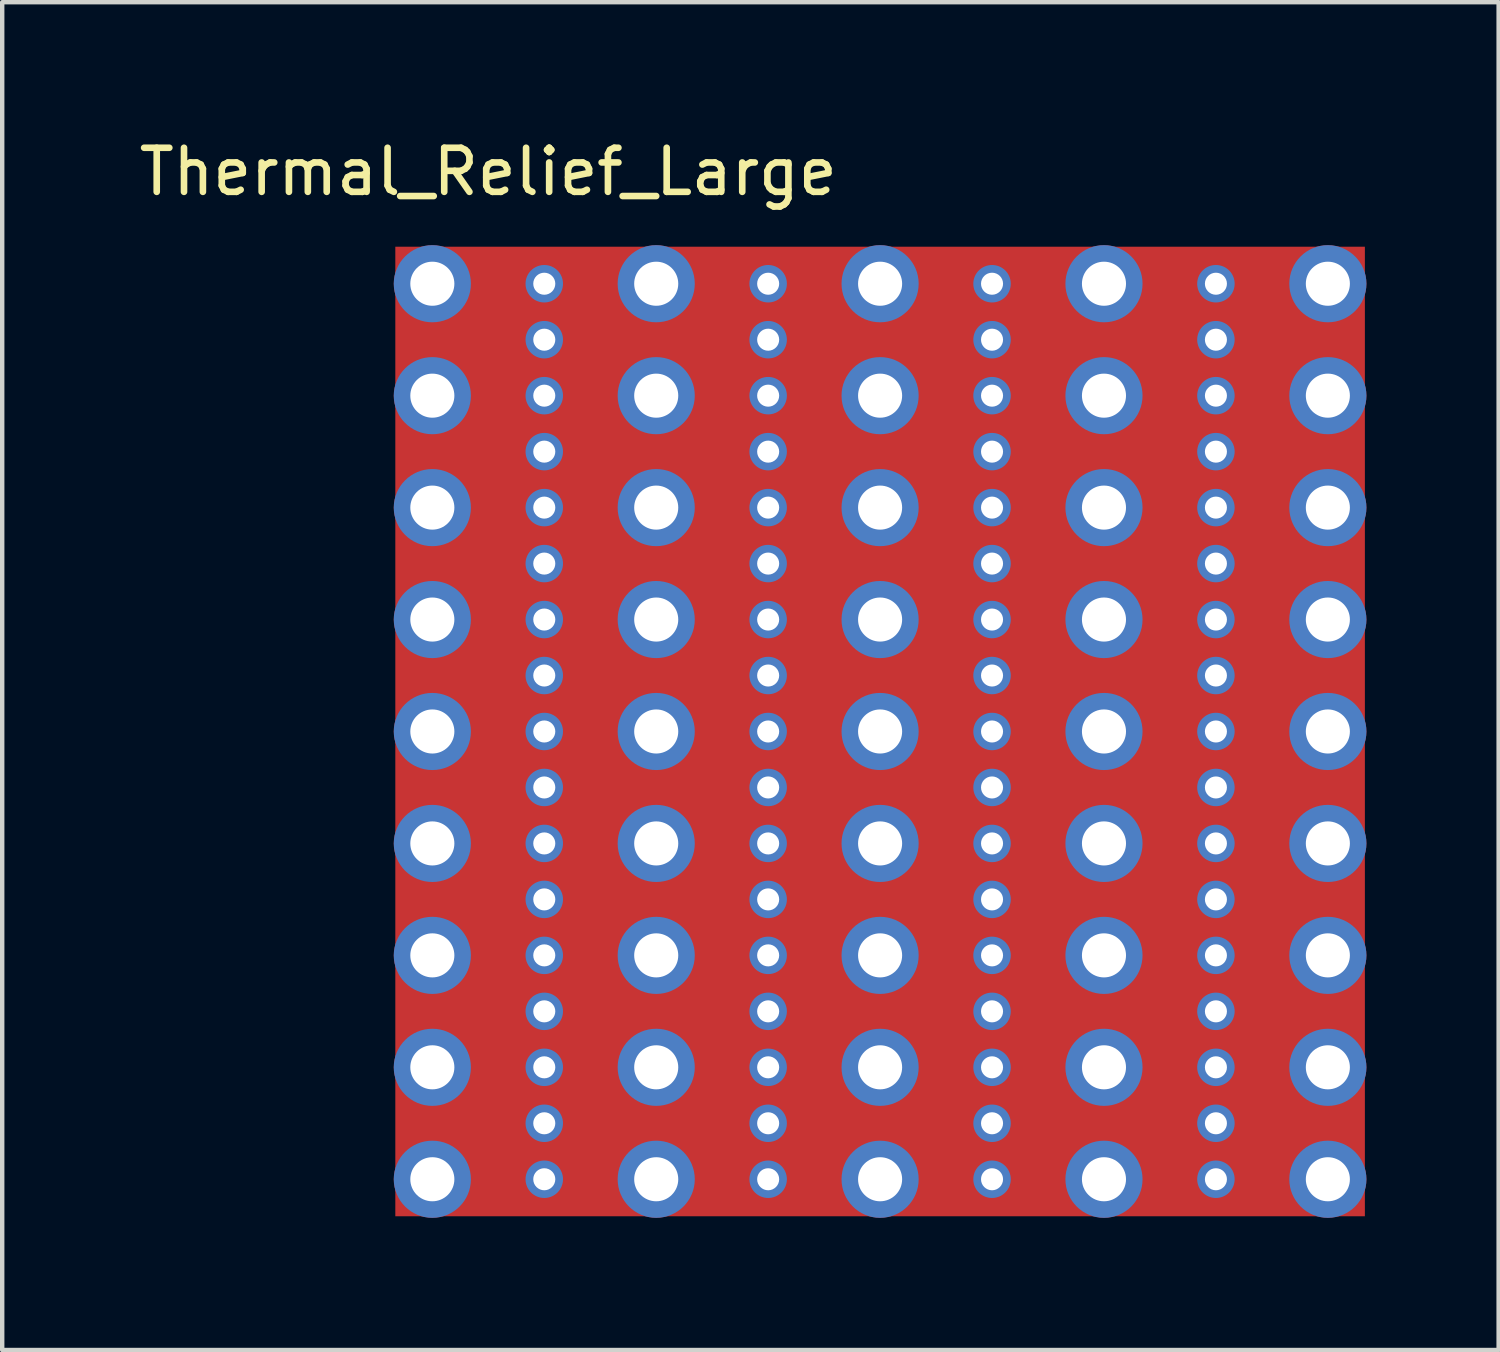
<source format=kicad_pcb>
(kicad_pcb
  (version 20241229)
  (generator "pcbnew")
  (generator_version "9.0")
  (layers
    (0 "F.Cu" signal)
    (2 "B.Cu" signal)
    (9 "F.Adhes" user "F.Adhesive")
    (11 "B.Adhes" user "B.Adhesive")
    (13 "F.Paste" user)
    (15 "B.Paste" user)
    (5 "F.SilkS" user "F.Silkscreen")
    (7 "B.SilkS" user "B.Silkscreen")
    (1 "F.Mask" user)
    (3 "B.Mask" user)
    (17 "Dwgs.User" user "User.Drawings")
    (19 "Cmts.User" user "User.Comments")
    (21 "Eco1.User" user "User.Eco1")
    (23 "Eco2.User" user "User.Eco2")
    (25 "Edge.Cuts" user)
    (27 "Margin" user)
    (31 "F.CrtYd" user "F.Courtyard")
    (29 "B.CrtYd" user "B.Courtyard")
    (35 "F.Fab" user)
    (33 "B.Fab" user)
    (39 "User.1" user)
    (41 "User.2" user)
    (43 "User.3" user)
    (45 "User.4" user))
  (footprint "Thermal_Relief_Large"
    (layer "F.Cu")
    (at 18.19 11.008)
    (property "Reference" "Thermal_Relief_Large" (at -10.16 -10.16 0) (layer "F.SilkS") (effects (font (size 1 1) (thickness 0.15))))
    (attr through_hole)
    (pad "1" thru_hole circle (at -11.43 -7.62) (size 1.75 1.75) (drill 1) (layers "*.Cu" "*.Mask"))
    (pad "1" thru_hole circle (at -11.43 -5.08) (size 1.75 1.75) (drill 1) (layers "*.Cu" "*.Mask"))
    (pad "1" thru_hole circle (at -11.43 -2.54) (size 1.75 1.75) (drill 1) (layers "*.Cu" "*.Mask"))
    (pad "1" thru_hole circle (at -11.43 0) (size 1.75 1.75) (drill 1) (layers "*.Cu" "*.Mask"))
    (pad "1" thru_hole circle (at -11.43 2.54) (size 1.75 1.75) (drill 1) (layers "*.Cu" "*.Mask"))
    (pad "1" thru_hole circle (at -11.43 5.08) (size 1.75 1.75) (drill 1) (layers "*.Cu" "*.Mask"))
    (pad "1" thru_hole circle (at -11.43 7.62) (size 1.75 1.75) (drill 1) (layers "*.Cu" "*.Mask"))
    (pad "1" thru_hole circle (at -11.43 10.16) (size 1.75 1.75) (drill 1) (layers "*.Cu" "*.Mask"))
    (pad "1" thru_hole circle (at -11.43 12.7) (size 1.75 1.75) (drill 1) (layers "*.Cu" "*.Mask"))
    (pad "1" thru_hole circle (at -8.89 -7.62) (size 0.85 0.85) (drill 0.5) (layers "*.Cu" "*.Mask"))
    (pad "1" thru_hole circle (at -8.89 -6.35) (size 0.85 0.85) (drill 0.5) (layers "*.Cu" "*.Mask"))
    (pad "1" thru_hole circle (at -8.89 -5.08) (size 0.85 0.85) (drill 0.5) (layers "*.Cu" "*.Mask"))
    (pad "1" thru_hole circle (at -8.89 -3.81) (size 0.85 0.85) (drill 0.5) (layers "*.Cu" "*.Mask"))
    (pad "1" thru_hole circle (at -8.89 -2.54) (size 0.85 0.85) (drill 0.5) (layers "*.Cu" "*.Mask"))
    (pad "1" thru_hole circle (at -8.89 -1.27) (size 0.85 0.85) (drill 0.5) (layers "*.Cu" "*.Mask"))
    (pad "1" thru_hole circle (at -8.89 0) (size 0.85 0.85) (drill 0.5) (layers "*.Cu" "*.Mask"))
    (pad "1" thru_hole circle (at -8.89 1.27) (size 0.85 0.85) (drill 0.5) (layers "*.Cu" "*.Mask"))
    (pad "1" thru_hole circle (at -8.89 2.54) (size 0.85 0.85) (drill 0.5) (layers "*.Cu" "*.Mask"))
    (pad "1" thru_hole circle (at -8.89 3.81) (size 0.85 0.85) (drill 0.5) (layers "*.Cu" "*.Mask"))
    (pad "1" thru_hole circle (at -8.89 5.08) (size 0.85 0.85) (drill 0.5) (layers "*.Cu" "*.Mask"))
    (pad "1" thru_hole circle (at -8.89 6.35) (size 0.85 0.85) (drill 0.5) (layers "*.Cu" "*.Mask"))
    (pad "1" thru_hole circle (at -8.89 7.62) (size 0.85 0.85) (drill 0.5) (layers "*.Cu" "*.Mask"))
    (pad "1" thru_hole circle (at -8.89 8.89) (size 0.85 0.85) (drill 0.5) (layers "*.Cu" "*.Mask"))
    (pad "1" thru_hole circle (at -8.89 10.16) (size 0.85 0.85) (drill 0.5) (layers "*.Cu" "*.Mask"))
    (pad "1" thru_hole circle (at -8.89 11.43) (size 0.85 0.85) (drill 0.5) (layers "*.Cu" "*.Mask"))
    (pad "1" thru_hole circle (at -8.89 12.7) (size 0.85 0.85) (drill 0.5) (layers "*.Cu" "*.Mask"))
    (pad "1" thru_hole circle (at -6.35 -7.62) (size 1.75 1.75) (drill 1) (layers "*.Cu" "*.Mask"))
    (pad "1" thru_hole circle (at -6.35 -5.08) (size 1.75 1.75) (drill 1) (layers "*.Cu" "*.Mask"))
    (pad "1" thru_hole circle (at -6.35 -2.54) (size 1.75 1.75) (drill 1) (layers "*.Cu" "*.Mask"))
    (pad "1" thru_hole circle (at -6.35 0) (size 1.75 1.75) (drill 1) (layers "*.Cu" "*.Mask"))
    (pad "1" thru_hole circle (at -6.35 2.54) (size 1.75 1.75) (drill 1) (layers "*.Cu" "*.Mask"))
    (pad "1" thru_hole circle (at -6.35 5.08) (size 1.75 1.75) (drill 1) (layers "*.Cu" "*.Mask"))
    (pad "1" thru_hole circle (at -6.35 7.62) (size 1.75 1.75) (drill 1) (layers "*.Cu" "*.Mask"))
    (pad "1" thru_hole circle (at -6.35 10.16) (size 1.75 1.75) (drill 1) (layers "*.Cu" "*.Mask"))
    (pad "1" thru_hole circle (at -6.35 12.7) (size 1.75 1.75) (drill 1) (layers "*.Cu" "*.Mask"))
    (pad "1" thru_hole circle (at -3.81 -7.62) (size 0.85 0.85) (drill 0.5) (layers "*.Cu" "*.Mask"))
    (pad "1" thru_hole circle (at -3.81 -6.35) (size 0.85 0.85) (drill 0.5) (layers "*.Cu" "*.Mask"))
    (pad "1" thru_hole circle (at -3.81 -5.08) (size 0.85 0.85) (drill 0.5) (layers "*.Cu" "*.Mask"))
    (pad "1" thru_hole circle (at -3.81 -3.81) (size 0.85 0.85) (drill 0.5) (layers "*.Cu" "*.Mask"))
    (pad "1" thru_hole circle (at -3.81 -2.54) (size 0.85 0.85) (drill 0.5) (layers "*.Cu" "*.Mask"))
    (pad "1" thru_hole circle (at -3.81 -1.27) (size 0.85 0.85) (drill 0.5) (layers "*.Cu" "*.Mask"))
    (pad "1" thru_hole circle (at -3.81 0) (size 0.85 0.85) (drill 0.5) (layers "*.Cu" "*.Mask"))
    (pad "1" thru_hole circle (at -3.81 1.27) (size 0.85 0.85) (drill 0.5) (layers "*.Cu" "*.Mask"))
    (pad "1" thru_hole circle (at -3.81 2.54) (size 0.85 0.85) (drill 0.5) (layers "*.Cu" "*.Mask"))
    (pad "1" thru_hole circle (at -3.81 3.81) (size 0.85 0.85) (drill 0.5) (layers "*.Cu" "*.Mask"))
    (pad "1" thru_hole circle (at -3.81 5.08) (size 0.85 0.85) (drill 0.5) (layers "*.Cu" "*.Mask"))
    (pad "1" thru_hole circle (at -3.81 6.35) (size 0.85 0.85) (drill 0.5) (layers "*.Cu" "*.Mask"))
    (pad "1" thru_hole circle (at -3.81 7.62) (size 0.85 0.85) (drill 0.5) (layers "*.Cu" "*.Mask"))
    (pad "1" thru_hole circle (at -3.81 8.89) (size 0.85 0.85) (drill 0.5) (layers "*.Cu" "*.Mask"))
    (pad "1" thru_hole circle (at -3.81 10.16) (size 0.85 0.85) (drill 0.5) (layers "*.Cu" "*.Mask"))
    (pad "1" thru_hole circle (at -3.81 11.43) (size 0.85 0.85) (drill 0.5) (layers "*.Cu" "*.Mask"))
    (pad "1" thru_hole circle (at -3.81 12.7) (size 0.85 0.85) (drill 0.5) (layers "*.Cu" "*.Mask"))
    (pad "1" thru_hole circle (at -1.27 -7.62 180) (size 1.75 1.75) (drill 1) (layers "*.Cu" "*.Mask"))
    (pad "1" thru_hole circle (at -1.27 -5.08 180) (size 1.75 1.75) (drill 1) (layers "*.Cu" "*.Mask"))
    (pad "1" thru_hole circle (at -1.27 -2.54 180) (size 1.75 1.75) (drill 1) (layers "*.Cu" "*.Mask"))
    (pad "1" thru_hole circle (at -1.27 0 180) (size 1.75 1.75) (drill 1) (layers "*.Cu" "*.Mask"))
    (pad "1" thru_hole circle (at -1.27 2.54 180) (size 1.75 1.75) (drill 1) (layers "*.Cu" "*.Mask"))
    (pad "1" smd rect (at -1.27 2.54) (size 22 22) (layers "F.Cu" "F.Mask" "F.Paste"))
    (pad "1" thru_hole circle (at -1.27 5.08 180) (size 1.75 1.75) (drill 1) (layers "*.Cu" "*.Mask"))
    (pad "1" thru_hole circle (at -1.27 7.62 180) (size 1.75 1.75) (drill 1) (layers "*.Cu" "*.Mask"))
    (pad "1" thru_hole circle (at -1.27 10.16 180) (size 1.75 1.75) (drill 1) (layers "*.Cu" "*.Mask"))
    (pad "1" thru_hole circle (at -1.27 12.7 180) (size 1.75 1.75) (drill 1) (layers "*.Cu" "*.Mask"))
    (pad "1" thru_hole circle (at 1.27 -7.62) (size 0.85 0.85) (drill 0.5) (layers "*.Cu" "*.Mask"))
    (pad "1" thru_hole circle (at 1.27 -6.35) (size 0.85 0.85) (drill 0.5) (layers "*.Cu" "*.Mask"))
    (pad "1" thru_hole circle (at 1.27 -5.08) (size 0.85 0.85) (drill 0.5) (layers "*.Cu" "*.Mask"))
    (pad "1" thru_hole circle (at 1.27 -3.81) (size 0.85 0.85) (drill 0.5) (layers "*.Cu" "*.Mask"))
    (pad "1" thru_hole circle (at 1.27 -2.54) (size 0.85 0.85) (drill 0.5) (layers "*.Cu" "*.Mask"))
    (pad "1" thru_hole circle (at 1.27 -1.27) (size 0.85 0.85) (drill 0.5) (layers "*.Cu" "*.Mask"))
    (pad "1" thru_hole circle (at 1.27 0) (size 0.85 0.85) (drill 0.5) (layers "*.Cu" "*.Mask"))
    (pad "1" thru_hole circle (at 1.27 1.27) (size 0.85 0.85) (drill 0.5) (layers "*.Cu" "*.Mask"))
    (pad "1" thru_hole circle (at 1.27 2.54) (size 0.85 0.85) (drill 0.5) (layers "*.Cu" "*.Mask"))
    (pad "1" thru_hole circle (at 1.27 3.81) (size 0.85 0.85) (drill 0.5) (layers "*.Cu" "*.Mask"))
    (pad "1" thru_hole circle (at 1.27 5.08) (size 0.85 0.85) (drill 0.5) (layers "*.Cu" "*.Mask"))
    (pad "1" thru_hole circle (at 1.27 6.35) (size 0.85 0.85) (drill 0.5) (layers "*.Cu" "*.Mask"))
    (pad "1" thru_hole circle (at 1.27 7.62) (size 0.85 0.85) (drill 0.5) (layers "*.Cu" "*.Mask"))
    (pad "1" thru_hole circle (at 1.27 8.89) (size 0.85 0.85) (drill 0.5) (layers "*.Cu" "*.Mask"))
    (pad "1" thru_hole circle (at 1.27 10.16) (size 0.85 0.85) (drill 0.5) (layers "*.Cu" "*.Mask"))
    (pad "1" thru_hole circle (at 1.27 11.43) (size 0.85 0.85) (drill 0.5) (layers "*.Cu" "*.Mask"))
    (pad "1" thru_hole circle (at 1.27 12.7) (size 0.85 0.85) (drill 0.5) (layers "*.Cu" "*.Mask"))
    (pad "1" thru_hole circle (at 3.81 -7.62) (size 1.75 1.75) (drill 1) (layers "*.Cu" "*.Mask"))
    (pad "1" thru_hole circle (at 3.81 -5.08) (size 1.75 1.75) (drill 1) (layers "*.Cu" "*.Mask"))
    (pad "1" thru_hole circle (at 3.81 -2.54) (size 1.75 1.75) (drill 1) (layers "*.Cu" "*.Mask"))
    (pad "1" thru_hole circle (at 3.81 0) (size 1.75 1.75) (drill 1) (layers "*.Cu" "*.Mask"))
    (pad "1" thru_hole circle (at 3.81 2.54) (size 1.75 1.75) (drill 1) (layers "*.Cu" "*.Mask"))
    (pad "1" thru_hole circle (at 3.81 5.08) (size 1.75 1.75) (drill 1) (layers "*.Cu" "*.Mask"))
    (pad "1" thru_hole circle (at 3.81 7.62) (size 1.75 1.75) (drill 1) (layers "*.Cu" "*.Mask"))
    (pad "1" thru_hole circle (at 3.81 10.16) (size 1.75 1.75) (drill 1) (layers "*.Cu" "*.Mask"))
    (pad "1" thru_hole circle (at 3.81 12.7) (size 1.75 1.75) (drill 1) (layers "*.Cu" "*.Mask"))
    (pad "1" thru_hole circle (at 6.35 -7.62) (size 0.85 0.85) (drill 0.5) (layers "*.Cu" "*.Mask"))
    (pad "1" thru_hole circle (at 6.35 -6.35) (size 0.85 0.85) (drill 0.5) (layers "*.Cu" "*.Mask"))
    (pad "1" thru_hole circle (at 6.35 -5.08) (size 0.85 0.85) (drill 0.5) (layers "*.Cu" "*.Mask"))
    (pad "1" thru_hole circle (at 6.35 -3.81) (size 0.85 0.85) (drill 0.5) (layers "*.Cu" "*.Mask"))
    (pad "1" thru_hole circle (at 6.35 -2.54) (size 0.85 0.85) (drill 0.5) (layers "*.Cu" "*.Mask"))
    (pad "1" thru_hole circle (at 6.35 -1.27) (size 0.85 0.85) (drill 0.5) (layers "*.Cu" "*.Mask"))
    (pad "1" thru_hole circle (at 6.35 0) (size 0.85 0.85) (drill 0.5) (layers "*.Cu" "*.Mask"))
    (pad "1" thru_hole circle (at 6.35 1.27) (size 0.85 0.85) (drill 0.5) (layers "*.Cu" "*.Mask"))
    (pad "1" thru_hole circle (at 6.35 2.54) (size 0.85 0.85) (drill 0.5) (layers "*.Cu" "*.Mask"))
    (pad "1" thru_hole circle (at 6.35 3.81) (size 0.85 0.85) (drill 0.5) (layers "*.Cu" "*.Mask"))
    (pad "1" thru_hole circle (at 6.35 5.08) (size 0.85 0.85) (drill 0.5) (layers "*.Cu" "*.Mask"))
    (pad "1" thru_hole circle (at 6.35 6.35) (size 0.85 0.85) (drill 0.5) (layers "*.Cu" "*.Mask"))
    (pad "1" thru_hole circle (at 6.35 7.62) (size 0.85 0.85) (drill 0.5) (layers "*.Cu" "*.Mask"))
    (pad "1" thru_hole circle (at 6.35 8.89) (size 0.85 0.85) (drill 0.5) (layers "*.Cu" "*.Mask"))
    (pad "1" thru_hole circle (at 6.35 10.16) (size 0.85 0.85) (drill 0.5) (layers "*.Cu" "*.Mask"))
    (pad "1" thru_hole circle (at 6.35 11.43) (size 0.85 0.85) (drill 0.5) (layers "*.Cu" "*.Mask"))
    (pad "1" thru_hole circle (at 6.35 12.7) (size 0.85 0.85) (drill 0.5) (layers "*.Cu" "*.Mask"))
    (pad "1" thru_hole circle (at 8.89 -7.62 180) (size 1.75 1.75) (drill 1) (layers "*.Cu" "*.Mask"))
    (pad "1" thru_hole circle (at 8.89 -5.08 180) (size 1.75 1.75) (drill 1) (layers "*.Cu" "*.Mask"))
    (pad "1" thru_hole circle (at 8.89 -2.54 180) (size 1.75 1.75) (drill 1) (layers "*.Cu" "*.Mask"))
    (pad "1" thru_hole circle (at 8.89 0 180) (size 1.75 1.75) (drill 1) (layers "*.Cu" "*.Mask"))
    (pad "1" thru_hole circle (at 8.89 2.54 180) (size 1.75 1.75) (drill 1) (layers "*.Cu" "*.Mask"))
    (pad "1" thru_hole circle (at 8.89 5.08 180) (size 1.75 1.75) (drill 1) (layers "*.Cu" "*.Mask"))
    (pad "1" thru_hole circle (at 8.89 7.62 180) (size 1.75 1.75) (drill 1) (layers "*.Cu" "*.Mask"))
    (pad "1" thru_hole circle (at 8.89 10.16 180) (size 1.75 1.75) (drill 1) (layers "*.Cu" "*.Mask"))
    (pad "1" thru_hole circle (at 8.89 12.7 180) (size 1.75 1.75) (drill 1) (layers "*.Cu" "*.Mask")))
  (gr_rect
    (start -3 -3)
    (end 30.955 27.583)
    (stroke (width 0.1) (type default))
    (fill no)
    (layer "Edge.Cuts")))
</source>
